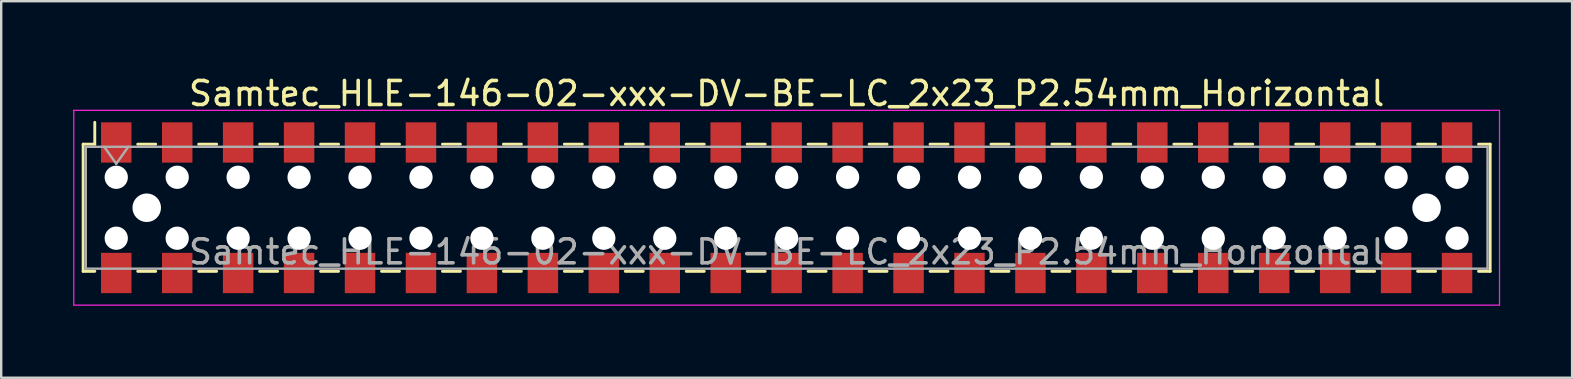
<source format=kicad_pcb>
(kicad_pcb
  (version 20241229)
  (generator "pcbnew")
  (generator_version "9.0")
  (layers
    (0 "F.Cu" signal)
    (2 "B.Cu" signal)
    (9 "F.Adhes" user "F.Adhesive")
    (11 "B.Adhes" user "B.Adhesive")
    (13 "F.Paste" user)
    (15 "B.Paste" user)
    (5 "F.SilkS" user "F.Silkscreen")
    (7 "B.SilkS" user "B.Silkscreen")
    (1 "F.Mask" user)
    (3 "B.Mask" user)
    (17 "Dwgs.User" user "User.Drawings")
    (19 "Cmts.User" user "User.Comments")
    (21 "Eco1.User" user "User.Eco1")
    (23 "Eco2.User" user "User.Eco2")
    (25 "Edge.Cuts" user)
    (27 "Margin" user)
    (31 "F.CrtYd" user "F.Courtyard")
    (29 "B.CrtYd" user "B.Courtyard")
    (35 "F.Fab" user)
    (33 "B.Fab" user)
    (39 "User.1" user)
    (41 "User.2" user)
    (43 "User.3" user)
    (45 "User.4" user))
  (footprint "Samtec_HLE-146-02-xxx-DV-BE-LC_2x23_P2.54mm_Horizontal"
    (layer "F.Cu")
    (at 29.735 5.608)
    (property "Reference" "Samtec_HLE-146-02-xxx-DV-BE-LC_2x23_P2.54mm_Horizontal" (at 0 -4.76 0) (layer "F.SilkS") (effects (font (size 1 1) (thickness 0.15))))
    (attr smd)
    (fp_line (start -29.32 -2.65) (end -29.32 2.65) (stroke (width 0.12) (type solid)) (layer "F.SilkS"))
    (fp_line (start -29.32 2.65) (end -28.835 2.65) (stroke (width 0.12) (type solid)) (layer "F.SilkS"))
    (fp_line (start -28.835 -3.56) (end -28.835 -2.65) (stroke (width 0.12) (type solid)) (layer "F.SilkS"))
    (fp_line (start -28.835 -2.65) (end -29.32 -2.65) (stroke (width 0.12) (type solid)) (layer "F.SilkS"))
    (fp_line (start -27.045 -2.65) (end -26.295 -2.65) (stroke (width 0.12) (type solid)) (layer "F.SilkS"))
    (fp_line (start -27.045 2.65) (end -26.295 2.65) (stroke (width 0.12) (type solid)) (layer "F.SilkS"))
    (fp_line (start -24.505 -2.65) (end -23.755 -2.65) (stroke (width 0.12) (type solid)) (layer "F.SilkS"))
    (fp_line (start -24.505 2.65) (end -23.755 2.65) (stroke (width 0.12) (type solid)) (layer "F.SilkS"))
    (fp_line (start -21.965 -2.65) (end -21.215 -2.65) (stroke (width 0.12) (type solid)) (layer "F.SilkS"))
    (fp_line (start -21.965 2.65) (end -21.215 2.65) (stroke (width 0.12) (type solid)) (layer "F.SilkS"))
    (fp_line (start -19.425 -2.65) (end -18.675 -2.65) (stroke (width 0.12) (type solid)) (layer "F.SilkS"))
    (fp_line (start -19.425 2.65) (end -18.675 2.65) (stroke (width 0.12) (type solid)) (layer "F.SilkS"))
    (fp_line (start -16.885 -2.65) (end -16.135 -2.65) (stroke (width 0.12) (type solid)) (layer "F.SilkS"))
    (fp_line (start -16.885 2.65) (end -16.135 2.65) (stroke (width 0.12) (type solid)) (layer "F.SilkS"))
    (fp_line (start -14.345 -2.65) (end -13.595 -2.65) (stroke (width 0.12) (type solid)) (layer "F.SilkS"))
    (fp_line (start -14.345 2.65) (end -13.595 2.65) (stroke (width 0.12) (type solid)) (layer "F.SilkS"))
    (fp_line (start -11.805 -2.65) (end -11.055 -2.65) (stroke (width 0.12) (type solid)) (layer "F.SilkS"))
    (fp_line (start -11.805 2.65) (end -11.055 2.65) (stroke (width 0.12) (type solid)) (layer "F.SilkS"))
    (fp_line (start -9.265 -2.65) (end -8.515 -2.65) (stroke (width 0.12) (type solid)) (layer "F.SilkS"))
    (fp_line (start -9.265 2.65) (end -8.515 2.65) (stroke (width 0.12) (type solid)) (layer "F.SilkS"))
    (fp_line (start -6.725 -2.65) (end -5.975 -2.65) (stroke (width 0.12) (type solid)) (layer "F.SilkS"))
    (fp_line (start -6.725 2.65) (end -5.975 2.65) (stroke (width 0.12) (type solid)) (layer "F.SilkS"))
    (fp_line (start -4.185 -2.65) (end -3.435 -2.65) (stroke (width 0.12) (type solid)) (layer "F.SilkS"))
    (fp_line (start -4.185 2.65) (end -3.435 2.65) (stroke (width 0.12) (type solid)) (layer "F.SilkS"))
    (fp_line (start -1.645 -2.65) (end -0.895 -2.65) (stroke (width 0.12) (type solid)) (layer "F.SilkS"))
    (fp_line (start -1.645 2.65) (end -0.895 2.65) (stroke (width 0.12) (type solid)) (layer "F.SilkS"))
    (fp_line (start 0.895 -2.65) (end 1.645 -2.65) (stroke (width 0.12) (type solid)) (layer "F.SilkS"))
    (fp_line (start 0.895 2.65) (end 1.645 2.65) (stroke (width 0.12) (type solid)) (layer "F.SilkS"))
    (fp_line (start 3.435 -2.65) (end 4.185 -2.65) (stroke (width 0.12) (type solid)) (layer "F.SilkS"))
    (fp_line (start 3.435 2.65) (end 4.185 2.65) (stroke (width 0.12) (type solid)) (layer "F.SilkS"))
    (fp_line (start 5.975 -2.65) (end 6.725 -2.65) (stroke (width 0.12) (type solid)) (layer "F.SilkS"))
    (fp_line (start 5.975 2.65) (end 6.725 2.65) (stroke (width 0.12) (type solid)) (layer "F.SilkS"))
    (fp_line (start 8.515 -2.65) (end 9.265 -2.65) (stroke (width 0.12) (type solid)) (layer "F.SilkS"))
    (fp_line (start 8.515 2.65) (end 9.265 2.65) (stroke (width 0.12) (type solid)) (layer "F.SilkS"))
    (fp_line (start 11.055 -2.65) (end 11.805 -2.65) (stroke (width 0.12) (type solid)) (layer "F.SilkS"))
    (fp_line (start 11.055 2.65) (end 11.805 2.65) (stroke (width 0.12) (type solid)) (layer "F.SilkS"))
    (fp_line (start 13.595 -2.65) (end 14.345 -2.65) (stroke (width 0.12) (type solid)) (layer "F.SilkS"))
    (fp_line (start 13.595 2.65) (end 14.345 2.65) (stroke (width 0.12) (type solid)) (layer "F.SilkS"))
    (fp_line (start 16.135 -2.65) (end 16.885 -2.65) (stroke (width 0.12) (type solid)) (layer "F.SilkS"))
    (fp_line (start 16.135 2.65) (end 16.885 2.65) (stroke (width 0.12) (type solid)) (layer "F.SilkS"))
    (fp_line (start 18.675 -2.65) (end 19.425 -2.65) (stroke (width 0.12) (type solid)) (layer "F.SilkS"))
    (fp_line (start 18.675 2.65) (end 19.425 2.65) (stroke (width 0.12) (type solid)) (layer "F.SilkS"))
    (fp_line (start 21.215 -2.65) (end 21.965 -2.65) (stroke (width 0.12) (type solid)) (layer "F.SilkS"))
    (fp_line (start 21.215 2.65) (end 21.965 2.65) (stroke (width 0.12) (type solid)) (layer "F.SilkS"))
    (fp_line (start 23.755 -2.65) (end 24.505 -2.65) (stroke (width 0.12) (type solid)) (layer "F.SilkS"))
    (fp_line (start 23.755 2.65) (end 24.505 2.65) (stroke (width 0.12) (type solid)) (layer "F.SilkS"))
    (fp_line (start 26.295 -2.65) (end 27.045 -2.65) (stroke (width 0.12) (type solid)) (layer "F.SilkS"))
    (fp_line (start 26.295 2.65) (end 27.045 2.65) (stroke (width 0.12) (type solid)) (layer "F.SilkS"))
    (fp_line (start 28.835 -2.65) (end 29.32 -2.65) (stroke (width 0.12) (type solid)) (layer "F.SilkS"))
    (fp_line (start 29.32 -2.65) (end 29.32 2.65) (stroke (width 0.12) (type solid)) (layer "F.SilkS"))
    (fp_line (start 29.32 2.65) (end 28.835 2.65) (stroke (width 0.12) (type solid)) (layer "F.SilkS"))
    (fp_line (start -29.71 -4.06) (end 29.71 -4.06) (stroke (width 0.05) (type solid)) (layer "F.CrtYd"))
    (fp_line (start -29.71 4.06) (end -29.71 -4.06) (stroke (width 0.05) (type solid)) (layer "F.CrtYd"))
    (fp_line (start 29.71 -4.06) (end 29.71 4.06) (stroke (width 0.05) (type solid)) (layer "F.CrtYd"))
    (fp_line (start 29.71 4.06) (end -29.71 4.06) (stroke (width 0.05) (type solid)) (layer "F.CrtYd"))
    (fp_line (start -29.21 -2.54) (end 29.21 -2.54) (stroke (width 0.1) (type solid)) (layer "F.Fab"))
    (fp_line (start -29.21 2.54) (end -29.21 -2.54) (stroke (width 0.1) (type solid)) (layer "F.Fab"))
    (fp_line (start -28.44 -2.54) (end -27.94 -1.833) (stroke (width 0.1) (type solid)) (layer "F.Fab"))
    (fp_line (start -27.94 -1.833) (end -27.44 -2.54) (stroke (width 0.1) (type solid)) (layer "F.Fab"))
    (fp_line (start 29.21 -2.54) (end 29.21 2.54) (stroke (width 0.1) (type solid)) (layer "F.Fab"))
    (fp_line (start 29.21 2.54) (end -29.21 2.54) (stroke (width 0.1) (type solid)) (layer "F.Fab"))
    (fp_text user "${REFERENCE}" (at 0 1.84 0) (layer "F.Fab") (effects (font (size 1 1) (thickness 0.15))))
    (pad "" np_thru_hole circle (at -27.94 -1.27) (size 0.97 0.97) (drill 0.97) (layers "*.Cu" "*.Mask"))
    (pad "" np_thru_hole circle (at -27.94 1.27) (size 0.97 0.97) (drill 0.97) (layers "*.Cu" "*.Mask"))
    (pad "" np_thru_hole circle (at -26.67 0) (size 1.19 1.19) (drill 1.19) (layers "*.Cu" "*.Mask"))
    (pad "" np_thru_hole circle (at -25.4 -1.27) (size 0.97 0.97) (drill 0.97) (layers "*.Cu" "*.Mask"))
    (pad "" np_thru_hole circle (at -25.4 1.27) (size 0.97 0.97) (drill 0.97) (layers "*.Cu" "*.Mask"))
    (pad "" np_thru_hole circle (at -22.86 -1.27) (size 0.97 0.97) (drill 0.97) (layers "*.Cu" "*.Mask"))
    (pad "" np_thru_hole circle (at -22.86 1.27) (size 0.97 0.97) (drill 0.97) (layers "*.Cu" "*.Mask"))
    (pad "" np_thru_hole circle (at -20.32 -1.27) (size 0.97 0.97) (drill 0.97) (layers "*.Cu" "*.Mask"))
    (pad "" np_thru_hole circle (at -20.32 1.27) (size 0.97 0.97) (drill 0.97) (layers "*.Cu" "*.Mask"))
    (pad "" np_thru_hole circle (at -17.78 -1.27) (size 0.97 0.97) (drill 0.97) (layers "*.Cu" "*.Mask"))
    (pad "" np_thru_hole circle (at -17.78 1.27) (size 0.97 0.97) (drill 0.97) (layers "*.Cu" "*.Mask"))
    (pad "" np_thru_hole circle (at -15.24 -1.27) (size 0.97 0.97) (drill 0.97) (layers "*.Cu" "*.Mask"))
    (pad "" np_thru_hole circle (at -15.24 1.27) (size 0.97 0.97) (drill 0.97) (layers "*.Cu" "*.Mask"))
    (pad "" np_thru_hole circle (at -12.7 -1.27) (size 0.97 0.97) (drill 0.97) (layers "*.Cu" "*.Mask"))
    (pad "" np_thru_hole circle (at -12.7 1.27) (size 0.97 0.97) (drill 0.97) (layers "*.Cu" "*.Mask"))
    (pad "" np_thru_hole circle (at -10.16 -1.27) (size 0.97 0.97) (drill 0.97) (layers "*.Cu" "*.Mask"))
    (pad "" np_thru_hole circle (at -10.16 1.27) (size 0.97 0.97) (drill 0.97) (layers "*.Cu" "*.Mask"))
    (pad "" np_thru_hole circle (at -7.62 -1.27) (size 0.97 0.97) (drill 0.97) (layers "*.Cu" "*.Mask"))
    (pad "" np_thru_hole circle (at -7.62 1.27) (size 0.97 0.97) (drill 0.97) (layers "*.Cu" "*.Mask"))
    (pad "" np_thru_hole circle (at -5.08 -1.27) (size 0.97 0.97) (drill 0.97) (layers "*.Cu" "*.Mask"))
    (pad "" np_thru_hole circle (at -5.08 1.27) (size 0.97 0.97) (drill 0.97) (layers "*.Cu" "*.Mask"))
    (pad "" np_thru_hole circle (at -2.54 -1.27) (size 0.97 0.97) (drill 0.97) (layers "*.Cu" "*.Mask"))
    (pad "" np_thru_hole circle (at -2.54 1.27) (size 0.97 0.97) (drill 0.97) (layers "*.Cu" "*.Mask"))
    (pad "" np_thru_hole circle (at 0 -1.27) (size 0.97 0.97) (drill 0.97) (layers "*.Cu" "*.Mask"))
    (pad "" np_thru_hole circle (at 0 1.27) (size 0.97 0.97) (drill 0.97) (layers "*.Cu" "*.Mask"))
    (pad "" np_thru_hole circle (at 2.54 -1.27) (size 0.97 0.97) (drill 0.97) (layers "*.Cu" "*.Mask"))
    (pad "" np_thru_hole circle (at 2.54 1.27) (size 0.97 0.97) (drill 0.97) (layers "*.Cu" "*.Mask"))
    (pad "" np_thru_hole circle (at 5.08 -1.27) (size 0.97 0.97) (drill 0.97) (layers "*.Cu" "*.Mask"))
    (pad "" np_thru_hole circle (at 5.08 1.27) (size 0.97 0.97) (drill 0.97) (layers "*.Cu" "*.Mask"))
    (pad "" np_thru_hole circle (at 7.62 -1.27) (size 0.97 0.97) (drill 0.97) (layers "*.Cu" "*.Mask"))
    (pad "" np_thru_hole circle (at 7.62 1.27) (size 0.97 0.97) (drill 0.97) (layers "*.Cu" "*.Mask"))
    (pad "" np_thru_hole circle (at 10.16 -1.27) (size 0.97 0.97) (drill 0.97) (layers "*.Cu" "*.Mask"))
    (pad "" np_thru_hole circle (at 10.16 1.27) (size 0.97 0.97) (drill 0.97) (layers "*.Cu" "*.Mask"))
    (pad "" np_thru_hole circle (at 12.7 -1.27) (size 0.97 0.97) (drill 0.97) (layers "*.Cu" "*.Mask"))
    (pad "" np_thru_hole circle (at 12.7 1.27) (size 0.97 0.97) (drill 0.97) (layers "*.Cu" "*.Mask"))
    (pad "" np_thru_hole circle (at 15.24 -1.27) (size 0.97 0.97) (drill 0.97) (layers "*.Cu" "*.Mask"))
    (pad "" np_thru_hole circle (at 15.24 1.27) (size 0.97 0.97) (drill 0.97) (layers "*.Cu" "*.Mask"))
    (pad "" np_thru_hole circle (at 17.78 -1.27) (size 0.97 0.97) (drill 0.97) (layers "*.Cu" "*.Mask"))
    (pad "" np_thru_hole circle (at 17.78 1.27) (size 0.97 0.97) (drill 0.97) (layers "*.Cu" "*.Mask"))
    (pad "" np_thru_hole circle (at 20.32 -1.27) (size 0.97 0.97) (drill 0.97) (layers "*.Cu" "*.Mask"))
    (pad "" np_thru_hole circle (at 20.32 1.27) (size 0.97 0.97) (drill 0.97) (layers "*.Cu" "*.Mask"))
    (pad "" np_thru_hole circle (at 22.86 -1.27) (size 0.97 0.97) (drill 0.97) (layers "*.Cu" "*.Mask"))
    (pad "" np_thru_hole circle (at 22.86 1.27) (size 0.97 0.97) (drill 0.97) (layers "*.Cu" "*.Mask"))
    (pad "" np_thru_hole circle (at 25.4 -1.27) (size 0.97 0.97) (drill 0.97) (layers "*.Cu" "*.Mask"))
    (pad "" np_thru_hole circle (at 25.4 1.27) (size 0.97 0.97) (drill 0.97) (layers "*.Cu" "*.Mask"))
    (pad "" np_thru_hole circle (at 26.67 0) (size 1.19 1.19) (drill 1.19) (layers "*.Cu" "*.Mask"))
    (pad "" np_thru_hole circle (at 27.94 -1.27) (size 0.97 0.97) (drill 0.97) (layers "*.Cu" "*.Mask"))
    (pad "" np_thru_hole circle (at 27.94 1.27) (size 0.97 0.97) (drill 0.97) (layers "*.Cu" "*.Mask"))
    (pad "1" smd rect (at -27.94 -2.72) (size 1.27 1.68) (layers "F.Cu" "F.Mask" "F.Paste"))
    (pad "2" smd rect (at -27.94 2.72) (size 1.27 1.68) (layers "F.Cu" "F.Mask" "F.Paste"))
    (pad "3" smd rect (at -25.4 -2.72) (size 1.27 1.68) (layers "F.Cu" "F.Mask" "F.Paste"))
    (pad "4" smd rect (at -25.4 2.72) (size 1.27 1.68) (layers "F.Cu" "F.Mask" "F.Paste"))
    (pad "5" smd rect (at -22.86 -2.72) (size 1.27 1.68) (layers "F.Cu" "F.Mask" "F.Paste"))
    (pad "6" smd rect (at -22.86 2.72) (size 1.27 1.68) (layers "F.Cu" "F.Mask" "F.Paste"))
    (pad "7" smd rect (at -20.32 -2.72) (size 1.27 1.68) (layers "F.Cu" "F.Mask" "F.Paste"))
    (pad "8" smd rect (at -20.32 2.72) (size 1.27 1.68) (layers "F.Cu" "F.Mask" "F.Paste"))
    (pad "9" smd rect (at -17.78 -2.72) (size 1.27 1.68) (layers "F.Cu" "F.Mask" "F.Paste"))
    (pad "10" smd rect (at -17.78 2.72) (size 1.27 1.68) (layers "F.Cu" "F.Mask" "F.Paste"))
    (pad "11" smd rect (at -15.24 -2.72) (size 1.27 1.68) (layers "F.Cu" "F.Mask" "F.Paste"))
    (pad "12" smd rect (at -15.24 2.72) (size 1.27 1.68) (layers "F.Cu" "F.Mask" "F.Paste"))
    (pad "13" smd rect (at -12.7 -2.72) (size 1.27 1.68) (layers "F.Cu" "F.Mask" "F.Paste"))
    (pad "14" smd rect (at -12.7 2.72) (size 1.27 1.68) (layers "F.Cu" "F.Mask" "F.Paste"))
    (pad "15" smd rect (at -10.16 -2.72) (size 1.27 1.68) (layers "F.Cu" "F.Mask" "F.Paste"))
    (pad "16" smd rect (at -10.16 2.72) (size 1.27 1.68) (layers "F.Cu" "F.Mask" "F.Paste"))
    (pad "17" smd rect (at -7.62 -2.72) (size 1.27 1.68) (layers "F.Cu" "F.Mask" "F.Paste"))
    (pad "18" smd rect (at -7.62 2.72) (size 1.27 1.68) (layers "F.Cu" "F.Mask" "F.Paste"))
    (pad "19" smd rect (at -5.08 -2.72) (size 1.27 1.68) (layers "F.Cu" "F.Mask" "F.Paste"))
    (pad "20" smd rect (at -5.08 2.72) (size 1.27 1.68) (layers "F.Cu" "F.Mask" "F.Paste"))
    (pad "21" smd rect (at -2.54 -2.72) (size 1.27 1.68) (layers "F.Cu" "F.Mask" "F.Paste"))
    (pad "22" smd rect (at -2.54 2.72) (size 1.27 1.68) (layers "F.Cu" "F.Mask" "F.Paste"))
    (pad "23" smd rect (at 0 -2.72) (size 1.27 1.68) (layers "F.Cu" "F.Mask" "F.Paste"))
    (pad "24" smd rect (at 0 2.72) (size 1.27 1.68) (layers "F.Cu" "F.Mask" "F.Paste"))
    (pad "25" smd rect (at 2.54 -2.72) (size 1.27 1.68) (layers "F.Cu" "F.Mask" "F.Paste"))
    (pad "26" smd rect (at 2.54 2.72) (size 1.27 1.68) (layers "F.Cu" "F.Mask" "F.Paste"))
    (pad "27" smd rect (at 5.08 -2.72) (size 1.27 1.68) (layers "F.Cu" "F.Mask" "F.Paste"))
    (pad "28" smd rect (at 5.08 2.72) (size 1.27 1.68) (layers "F.Cu" "F.Mask" "F.Paste"))
    (pad "29" smd rect (at 7.62 -2.72) (size 1.27 1.68) (layers "F.Cu" "F.Mask" "F.Paste"))
    (pad "30" smd rect (at 7.62 2.72) (size 1.27 1.68) (layers "F.Cu" "F.Mask" "F.Paste"))
    (pad "31" smd rect (at 10.16 -2.72) (size 1.27 1.68) (layers "F.Cu" "F.Mask" "F.Paste"))
    (pad "32" smd rect (at 10.16 2.72) (size 1.27 1.68) (layers "F.Cu" "F.Mask" "F.Paste"))
    (pad "33" smd rect (at 12.7 -2.72) (size 1.27 1.68) (layers "F.Cu" "F.Mask" "F.Paste"))
    (pad "34" smd rect (at 12.7 2.72) (size 1.27 1.68) (layers "F.Cu" "F.Mask" "F.Paste"))
    (pad "35" smd rect (at 15.24 -2.72) (size 1.27 1.68) (layers "F.Cu" "F.Mask" "F.Paste"))
    (pad "36" smd rect (at 15.24 2.72) (size 1.27 1.68) (layers "F.Cu" "F.Mask" "F.Paste"))
    (pad "37" smd rect (at 17.78 -2.72) (size 1.27 1.68) (layers "F.Cu" "F.Mask" "F.Paste"))
    (pad "38" smd rect (at 17.78 2.72) (size 1.27 1.68) (layers "F.Cu" "F.Mask" "F.Paste"))
    (pad "39" smd rect (at 20.32 -2.72) (size 1.27 1.68) (layers "F.Cu" "F.Mask" "F.Paste"))
    (pad "40" smd rect (at 20.32 2.72) (size 1.27 1.68) (layers "F.Cu" "F.Mask" "F.Paste"))
    (pad "41" smd rect (at 22.86 -2.72) (size 1.27 1.68) (layers "F.Cu" "F.Mask" "F.Paste"))
    (pad "42" smd rect (at 22.86 2.72) (size 1.27 1.68) (layers "F.Cu" "F.Mask" "F.Paste"))
    (pad "43" smd rect (at 25.4 -2.72) (size 1.27 1.68) (layers "F.Cu" "F.Mask" "F.Paste"))
    (pad "44" smd rect (at 25.4 2.72) (size 1.27 1.68) (layers "F.Cu" "F.Mask" "F.Paste"))
    (pad "45" smd rect (at 27.94 -2.72) (size 1.27 1.68) (layers "F.Cu" "F.Mask" "F.Paste"))
    (pad "46" smd rect (at 27.94 2.72) (size 1.27 1.68) (layers "F.Cu" "F.Mask" "F.Paste")))
  (gr_rect
    (start -3 -3)
    (end 62.47 12.693)
    (stroke (width 0.1) (type default))
    (fill no)
    (layer "Edge.Cuts")))
</source>
